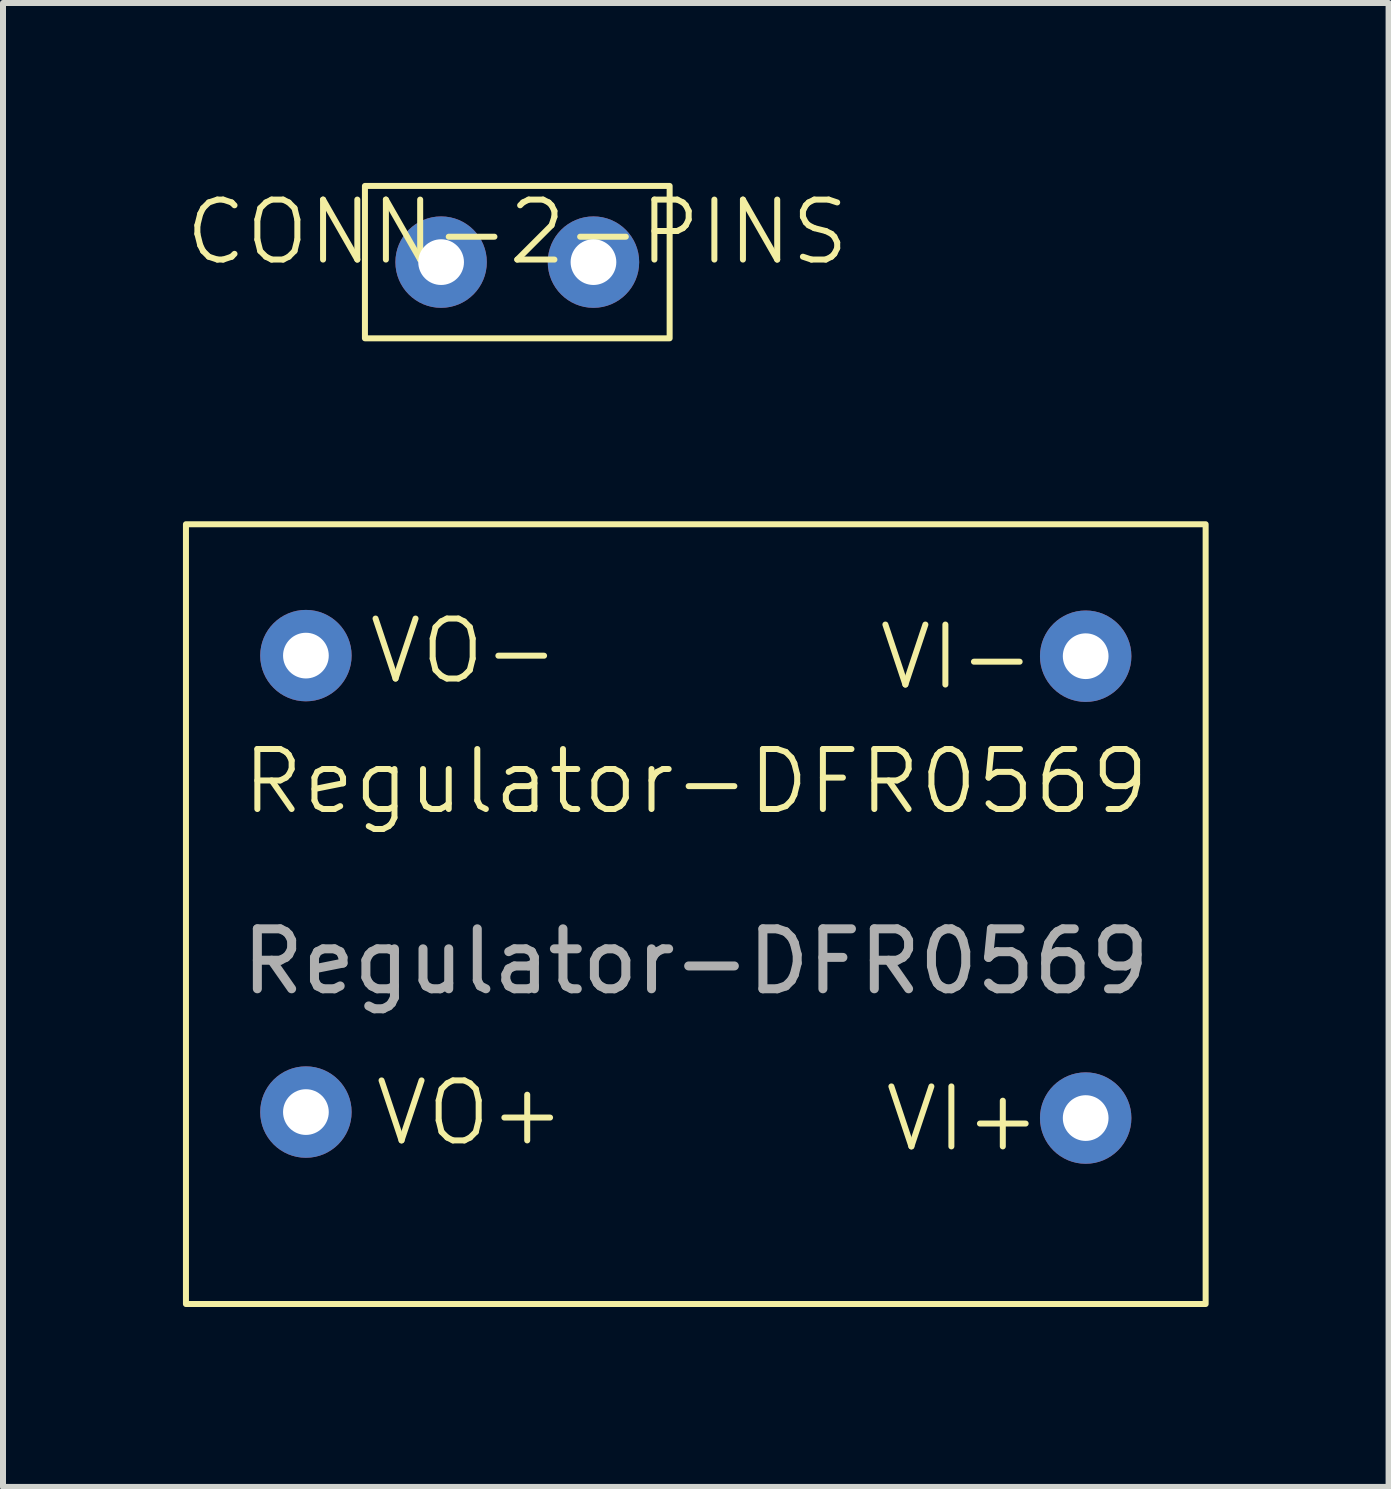
<source format=kicad_pcb>
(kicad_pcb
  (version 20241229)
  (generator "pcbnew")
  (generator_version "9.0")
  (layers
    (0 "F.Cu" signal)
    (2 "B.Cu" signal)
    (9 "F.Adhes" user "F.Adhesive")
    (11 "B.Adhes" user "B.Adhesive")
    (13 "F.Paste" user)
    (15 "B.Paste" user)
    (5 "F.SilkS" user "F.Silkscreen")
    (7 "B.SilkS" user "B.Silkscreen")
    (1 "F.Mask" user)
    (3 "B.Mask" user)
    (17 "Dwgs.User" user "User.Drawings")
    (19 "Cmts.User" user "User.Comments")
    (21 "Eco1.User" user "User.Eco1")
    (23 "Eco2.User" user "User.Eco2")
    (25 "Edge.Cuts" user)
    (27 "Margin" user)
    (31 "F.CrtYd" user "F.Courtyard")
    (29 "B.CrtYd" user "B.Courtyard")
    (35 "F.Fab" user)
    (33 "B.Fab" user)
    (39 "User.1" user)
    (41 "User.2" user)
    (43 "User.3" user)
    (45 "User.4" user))
  (footprint "CONN-2-PINS"
    (layer "F.Cu")
    (at 5.574 1.32)
    (property "Reference" "CONN-2-PINS" (at 0 -0.5 0) (unlocked yes) (layer "F.SilkS") (effects (font (size 1 1) (thickness 0.1))))
    (attr through_hole)
    (fp_rect (start -2.54 -1.27) (end 2.54 1.27) (stroke (width 0.1) (type default)) (fill no) (layer "F.SilkS"))
    (pad "1" thru_hole circle (at -1.27 0) (size 1.524 1.524) (drill 0.762) (layers "*.Cu" "*.Mask"))
    (pad "2" thru_hole circle (at 1.27 0) (size 1.524 1.524) (drill 0.762) (layers "*.Cu" "*.Mask")))
  (footprint "Regulator-DFR0569"
    (layer "F.Cu")
    (at 8.55 11.69)
    (property "Reference" "Regulator-DFR0569" (at 0 -1.71 0) (unlocked yes) (layer "F.SilkS") (effects (font (size 1 1) (thickness 0.1))))
    (attr through_hole)
    (fp_rect (start -8.5 -6) (end 8.5 7) (stroke (width 0.1) (type default)) (fill no) (layer "F.SilkS"))
    (fp_text user "VO-" (at -5.5 -3.3 0) (unlocked yes) (layer "F.SilkS") (effects (font (size 1 1) (thickness 0.1)) (justify left bottom)))
    (fp_text user "VO+" (at -5.4 4.4 0) (unlocked yes) (layer "F.SilkS") (effects (font (size 1 1) (thickness 0.1)) (justify left bottom)))
    (fp_text user "VI-" (at 3 -3.2 0) (unlocked yes) (layer "F.SilkS") (effects (font (size 1 1) (thickness 0.1)) (justify left bottom)))
    (fp_text user "VI+" (at 3.1 4.5 0) (unlocked yes) (layer "F.SilkS") (effects (font (size 1 1) (thickness 0.1)) (justify left bottom)))
    (fp_text user "${REFERENCE}" (at 0 1.29 0) (unlocked yes) (layer "F.Fab") (effects (font (size 1 1) (thickness 0.15))))
    (pad "1" thru_hole circle (at -6.5 -3.81) (size 1.524 1.524) (drill 0.762) (layers "*.Cu" "*.Mask"))
    (pad "2" thru_hole circle (at -6.5 3.8) (size 1.524 1.524) (drill 0.762) (layers "*.Cu" "*.Mask"))
    (pad "3" thru_hole circle (at 6.5 -3.8) (size 1.524 1.524) (drill 0.762) (layers "*.Cu" "*.Mask"))
    (pad "4" thru_hole circle (at 6.5 3.9) (size 1.524 1.524) (drill 0.762) (layers "*.Cu" "*.Mask")))
  (gr_rect
    (start -3 -3)
    (end 20.1 21.74)
    (stroke (width 0.1) (type default))
    (fill no)
    (layer "Edge.Cuts")))
</source>
